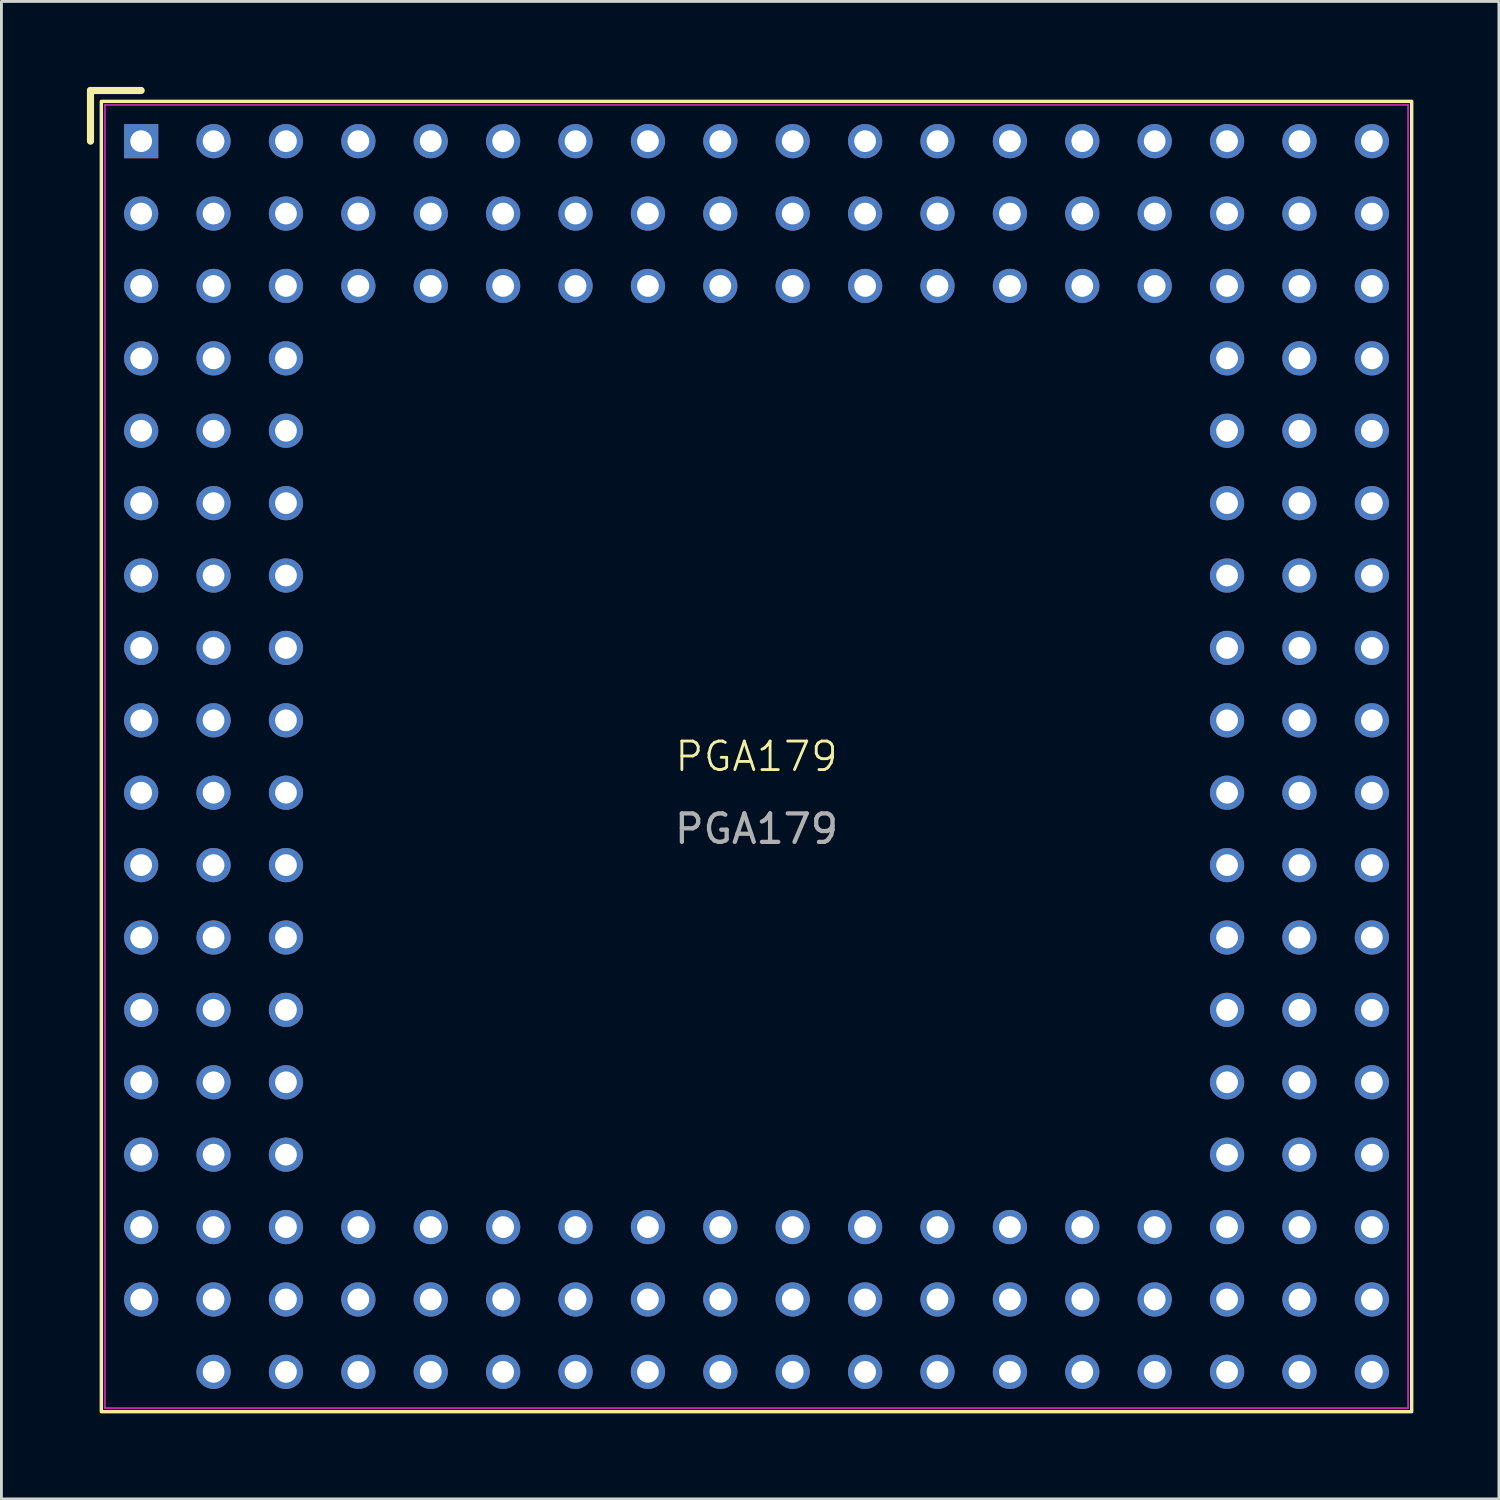
<source format=kicad_pcb>
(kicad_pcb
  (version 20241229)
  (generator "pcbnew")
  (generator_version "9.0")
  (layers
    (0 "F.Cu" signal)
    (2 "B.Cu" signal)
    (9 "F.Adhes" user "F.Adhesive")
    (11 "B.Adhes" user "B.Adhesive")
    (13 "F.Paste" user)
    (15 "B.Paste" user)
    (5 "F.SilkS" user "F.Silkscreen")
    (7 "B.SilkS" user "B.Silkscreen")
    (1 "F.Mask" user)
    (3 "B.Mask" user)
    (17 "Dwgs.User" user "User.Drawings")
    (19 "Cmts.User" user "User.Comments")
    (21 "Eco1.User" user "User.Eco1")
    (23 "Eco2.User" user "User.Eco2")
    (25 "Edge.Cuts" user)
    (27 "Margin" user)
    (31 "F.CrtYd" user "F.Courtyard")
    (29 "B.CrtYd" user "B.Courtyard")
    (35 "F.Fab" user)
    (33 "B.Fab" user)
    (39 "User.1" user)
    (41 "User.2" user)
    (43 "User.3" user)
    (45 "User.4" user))
  (footprint "PGA179"
    (layer "F.Cu")
    (at 1.903 1.903)
    (property "Reference" "PGA179" (at 21.59 21.59 0) (unlocked yes) (layer "F.SilkS") (effects (font (size 1 1) (thickness 0.1))))
    (attr through_hole)
    (fp_line (start -1.778 -1.778) (end -1.778 0) (stroke (width 0.25) (type default)) (layer "F.SilkS"))
    (fp_line (start 0 -1.778) (end -1.778 -1.778) (stroke (width 0.25) (type default)) (layer "F.SilkS"))
    (fp_rect (start 44.577 44.577) (end -1.397 -1.397) (stroke (width 0.12) (type default)) (fill no) (layer "F.SilkS"))
    (fp_line (start -1.27 -1.27) (end 44.45 -1.27) (stroke (width 0.05) (type default)) (layer "F.CrtYd"))
    (fp_line (start -1.27 44.45) (end -1.27 -1.27) (stroke (width 0.05) (type default)) (layer "F.CrtYd"))
    (fp_line (start 44.45 -1.27) (end 44.45 44.45) (stroke (width 0.05) (type default)) (layer "F.CrtYd"))
    (fp_line (start 44.45 44.45) (end -1.27 44.45) (stroke (width 0.05) (type default)) (layer "F.CrtYd"))
    (fp_text user "${REFERENCE}" (at 21.59 24.13 0) (unlocked yes) (layer "F.Fab") (effects (font (size 1 1) (thickness 0.15))))
    (pad "A1" thru_hole rect (at 0 0) (size 1.2 1.2) (drill 0.762) (layers "*.Cu" "*.Mask"))
    (pad "A2" thru_hole circle (at 2.54 0) (size 1.2 1.2) (drill 0.762) (layers "*.Cu" "*.Mask"))
    (pad "A3" thru_hole circle (at 5.08 0) (size 1.2 1.2) (drill 0.762) (layers "*.Cu" "*.Mask"))
    (pad "A4" thru_hole circle (at 7.62 0) (size 1.2 1.2) (drill 0.762) (layers "*.Cu" "*.Mask"))
    (pad "A5" thru_hole circle (at 10.16 0) (size 1.2 1.2) (drill 0.762) (layers "*.Cu" "*.Mask"))
    (pad "A6" thru_hole circle (at 12.7 0) (size 1.2 1.2) (drill 0.762) (layers "*.Cu" "*.Mask"))
    (pad "A7" thru_hole circle (at 15.24 0) (size 1.2 1.2) (drill 0.762) (layers "*.Cu" "*.Mask"))
    (pad "A8" thru_hole circle (at 17.78 0) (size 1.2 1.2) (drill 0.762) (layers "*.Cu" "*.Mask"))
    (pad "A9" thru_hole circle (at 20.32 0) (size 1.2 1.2) (drill 0.762) (layers "*.Cu" "*.Mask"))
    (pad "A10" thru_hole circle (at 22.86 0) (size 1.2 1.2) (drill 0.762) (layers "*.Cu" "*.Mask"))
    (pad "A11" thru_hole circle (at 25.4 0) (size 1.2 1.2) (drill 0.762) (layers "*.Cu" "*.Mask"))
    (pad "A12" thru_hole circle (at 27.94 0) (size 1.2 1.2) (drill 0.762) (layers "*.Cu" "*.Mask"))
    (pad "A13" thru_hole circle (at 30.48 0) (size 1.2 1.2) (drill 0.762) (layers "*.Cu" "*.Mask"))
    (pad "A14" thru_hole circle (at 33.02 0) (size 1.2 1.2) (drill 0.762) (layers "*.Cu" "*.Mask"))
    (pad "A15" thru_hole circle (at 35.56 0) (size 1.2 1.2) (drill 0.762) (layers "*.Cu" "*.Mask"))
    (pad "A16" thru_hole circle (at 38.1 0) (size 1.2 1.2) (drill 0.762) (layers "*.Cu" "*.Mask"))
    (pad "A17" thru_hole circle (at 40.64 0) (size 1.2 1.2) (drill 0.762) (layers "*.Cu" "*.Mask"))
    (pad "A18" thru_hole circle (at 43.18 0) (size 1.2 1.2) (drill 0.762) (layers "*.Cu" "*.Mask"))
    (pad "B1" thru_hole circle (at 0 2.54) (size 1.2 1.2) (drill 0.762) (layers "*.Cu" "*.Mask"))
    (pad "B2" thru_hole circle (at 2.54 2.54) (size 1.2 1.2) (drill 0.762) (layers "*.Cu" "*.Mask"))
    (pad "B3" thru_hole circle (at 5.08 2.54) (size 1.2 1.2) (drill 0.762) (layers "*.Cu" "*.Mask"))
    (pad "B4" thru_hole circle (at 7.62 2.54) (size 1.2 1.2) (drill 0.762) (layers "*.Cu" "*.Mask"))
    (pad "B5" thru_hole circle (at 10.16 2.54) (size 1.2 1.2) (drill 0.762) (layers "*.Cu" "*.Mask"))
    (pad "B6" thru_hole circle (at 12.7 2.54) (size 1.2 1.2) (drill 0.762) (layers "*.Cu" "*.Mask"))
    (pad "B7" thru_hole circle (at 15.24 2.54) (size 1.2 1.2) (drill 0.762) (layers "*.Cu" "*.Mask"))
    (pad "B8" thru_hole circle (at 17.78 2.54) (size 1.2 1.2) (drill 0.762) (layers "*.Cu" "*.Mask"))
    (pad "B9" thru_hole circle (at 20.32 2.54) (size 1.2 1.2) (drill 0.762) (layers "*.Cu" "*.Mask"))
    (pad "B10" thru_hole circle (at 22.86 2.54) (size 1.2 1.2) (drill 0.762) (layers "*.Cu" "*.Mask"))
    (pad "B11" thru_hole circle (at 25.4 2.54) (size 1.2 1.2) (drill 0.762) (layers "*.Cu" "*.Mask"))
    (pad "B12" thru_hole circle (at 27.94 2.54) (size 1.2 1.2) (drill 0.762) (layers "*.Cu" "*.Mask"))
    (pad "B13" thru_hole circle (at 30.48 2.54) (size 1.2 1.2) (drill 0.762) (layers "*.Cu" "*.Mask"))
    (pad "B14" thru_hole circle (at 33.02 2.54) (size 1.2 1.2) (drill 0.762) (layers "*.Cu" "*.Mask"))
    (pad "B15" thru_hole circle (at 35.56 2.54) (size 1.2 1.2) (drill 0.762) (layers "*.Cu" "*.Mask"))
    (pad "B16" thru_hole circle (at 38.1 2.54) (size 1.2 1.2) (drill 0.762) (layers "*.Cu" "*.Mask"))
    (pad "B17" thru_hole circle (at 40.64 2.54) (size 1.2 1.2) (drill 0.762) (layers "*.Cu" "*.Mask"))
    (pad "B18" thru_hole circle (at 43.18 2.54) (size 1.2 1.2) (drill 0.762) (layers "*.Cu" "*.Mask"))
    (pad "C1" thru_hole circle (at 0 5.08) (size 1.2 1.2) (drill 0.762) (layers "*.Cu" "*.Mask"))
    (pad "C2" thru_hole circle (at 2.54 5.08) (size 1.2 1.2) (drill 0.762) (layers "*.Cu" "*.Mask"))
    (pad "C3" thru_hole circle (at 5.08 5.08) (size 1.2 1.2) (drill 0.762) (layers "*.Cu" "*.Mask"))
    (pad "C4" thru_hole circle (at 7.62 5.08) (size 1.2 1.2) (drill 0.762) (layers "*.Cu" "*.Mask"))
    (pad "C5" thru_hole circle (at 10.16 5.08) (size 1.2 1.2) (drill 0.762) (layers "*.Cu" "*.Mask"))
    (pad "C6" thru_hole circle (at 12.7 5.08) (size 1.2 1.2) (drill 0.762) (layers "*.Cu" "*.Mask"))
    (pad "C7" thru_hole circle (at 15.24 5.08) (size 1.2 1.2) (drill 0.762) (layers "*.Cu" "*.Mask"))
    (pad "C8" thru_hole circle (at 17.78 5.08) (size 1.2 1.2) (drill 0.762) (layers "*.Cu" "*.Mask"))
    (pad "C9" thru_hole circle (at 20.32 5.08) (size 1.2 1.2) (drill 0.762) (layers "*.Cu" "*.Mask"))
    (pad "C10" thru_hole circle (at 22.86 5.08) (size 1.2 1.2) (drill 0.762) (layers "*.Cu" "*.Mask"))
    (pad "C11" thru_hole circle (at 25.4 5.08) (size 1.2 1.2) (drill 0.762) (layers "*.Cu" "*.Mask"))
    (pad "C12" thru_hole circle (at 27.94 5.08) (size 1.2 1.2) (drill 0.762) (layers "*.Cu" "*.Mask"))
    (pad "C13" thru_hole circle (at 30.48 5.08) (size 1.2 1.2) (drill 0.762) (layers "*.Cu" "*.Mask"))
    (pad "C14" thru_hole circle (at 33.02 5.08) (size 1.2 1.2) (drill 0.762) (layers "*.Cu" "*.Mask"))
    (pad "C15" thru_hole circle (at 35.56 5.08) (size 1.2 1.2) (drill 0.762) (layers "*.Cu" "*.Mask"))
    (pad "C16" thru_hole circle (at 38.1 5.08) (size 1.2 1.2) (drill 0.762) (layers "*.Cu" "*.Mask"))
    (pad "C17" thru_hole circle (at 40.64 5.08) (size 1.2 1.2) (drill 0.762) (layers "*.Cu" "*.Mask"))
    (pad "C18" thru_hole circle (at 43.18 5.08) (size 1.2 1.2) (drill 0.762) (layers "*.Cu" "*.Mask"))
    (pad "D1" thru_hole circle (at 0 7.62) (size 1.2 1.2) (drill 0.762) (layers "*.Cu" "*.Mask"))
    (pad "D2" thru_hole circle (at 2.54 7.62) (size 1.2 1.2) (drill 0.762) (layers "*.Cu" "*.Mask"))
    (pad "D3" thru_hole circle (at 5.08 7.62) (size 1.2 1.2) (drill 0.762) (layers "*.Cu" "*.Mask"))
    (pad "D16" thru_hole circle (at 38.1 7.62) (size 1.2 1.2) (drill 0.762) (layers "*.Cu" "*.Mask"))
    (pad "D17" thru_hole circle (at 40.64 7.62) (size 1.2 1.2) (drill 0.762) (layers "*.Cu" "*.Mask"))
    (pad "D18" thru_hole circle (at 43.18 7.62) (size 1.2 1.2) (drill 0.762) (layers "*.Cu" "*.Mask"))
    (pad "E1" thru_hole circle (at 0 10.16) (size 1.2 1.2) (drill 0.762) (layers "*.Cu" "*.Mask"))
    (pad "E2" thru_hole circle (at 2.54 10.16) (size 1.2 1.2) (drill 0.762) (layers "*.Cu" "*.Mask"))
    (pad "E3" thru_hole circle (at 5.08 10.16) (size 1.2 1.2) (drill 0.762) (layers "*.Cu" "*.Mask"))
    (pad "E16" thru_hole circle (at 38.1 10.16) (size 1.2 1.2) (drill 0.762) (layers "*.Cu" "*.Mask"))
    (pad "E17" thru_hole circle (at 40.64 10.16) (size 1.2 1.2) (drill 0.762) (layers "*.Cu" "*.Mask"))
    (pad "E18" thru_hole circle (at 43.18 10.16) (size 1.2 1.2) (drill 0.762) (layers "*.Cu" "*.Mask"))
    (pad "F1" thru_hole circle (at 0 12.7) (size 1.2 1.2) (drill 0.762) (layers "*.Cu" "*.Mask"))
    (pad "F2" thru_hole circle (at 2.54 12.7) (size 1.2 1.2) (drill 0.762) (layers "*.Cu" "*.Mask"))
    (pad "F3" thru_hole circle (at 5.08 12.7) (size 1.2 1.2) (drill 0.762) (layers "*.Cu" "*.Mask"))
    (pad "F16" thru_hole circle (at 38.1 12.7) (size 1.2 1.2) (drill 0.762) (layers "*.Cu" "*.Mask"))
    (pad "F17" thru_hole circle (at 40.64 12.7) (size 1.2 1.2) (drill 0.762) (layers "*.Cu" "*.Mask"))
    (pad "F18" thru_hole circle (at 43.18 12.7) (size 1.2 1.2) (drill 0.762) (layers "*.Cu" "*.Mask"))
    (pad "G1" thru_hole circle (at 0 15.24) (size 1.2 1.2) (drill 0.762) (layers "*.Cu" "*.Mask"))
    (pad "G2" thru_hole circle (at 2.54 15.24) (size 1.2 1.2) (drill 0.762) (layers "*.Cu" "*.Mask"))
    (pad "G3" thru_hole circle (at 5.08 15.24) (size 1.2 1.2) (drill 0.762) (layers "*.Cu" "*.Mask"))
    (pad "G16" thru_hole circle (at 38.1 15.24) (size 1.2 1.2) (drill 0.762) (layers "*.Cu" "*.Mask"))
    (pad "G17" thru_hole circle (at 40.64 15.24) (size 1.2 1.2) (drill 0.762) (layers "*.Cu" "*.Mask"))
    (pad "G18" thru_hole circle (at 43.18 15.24) (size 1.2 1.2) (drill 0.762) (layers "*.Cu" "*.Mask"))
    (pad "H1" thru_hole circle (at 0 17.78) (size 1.2 1.2) (drill 0.762) (layers "*.Cu" "*.Mask"))
    (pad "H2" thru_hole circle (at 2.54 17.78) (size 1.2 1.2) (drill 0.762) (layers "*.Cu" "*.Mask"))
    (pad "H3" thru_hole circle (at 5.08 17.78) (size 1.2 1.2) (drill 0.762) (layers "*.Cu" "*.Mask"))
    (pad "H16" thru_hole circle (at 38.1 17.78) (size 1.2 1.2) (drill 0.762) (layers "*.Cu" "*.Mask"))
    (pad "H17" thru_hole circle (at 40.64 17.78) (size 1.2 1.2) (drill 0.762) (layers "*.Cu" "*.Mask"))
    (pad "H18" thru_hole circle (at 43.18 17.78) (size 1.2 1.2) (drill 0.762) (layers "*.Cu" "*.Mask"))
    (pad "J1" thru_hole circle (at 0 20.32) (size 1.2 1.2) (drill 0.762) (layers "*.Cu" "*.Mask"))
    (pad "J2" thru_hole circle (at 2.54 20.32) (size 1.2 1.2) (drill 0.762) (layers "*.Cu" "*.Mask"))
    (pad "J3" thru_hole circle (at 5.08 20.32) (size 1.2 1.2) (drill 0.762) (layers "*.Cu" "*.Mask"))
    (pad "J16" thru_hole circle (at 38.1 20.32) (size 1.2 1.2) (drill 0.762) (layers "*.Cu" "*.Mask"))
    (pad "J17" thru_hole circle (at 40.64 20.32) (size 1.2 1.2) (drill 0.762) (layers "*.Cu" "*.Mask"))
    (pad "J18" thru_hole circle (at 43.18 20.32) (size 1.2 1.2) (drill 0.762) (layers "*.Cu" "*.Mask"))
    (pad "K1" thru_hole circle (at 0 22.86) (size 1.2 1.2) (drill 0.762) (layers "*.Cu" "*.Mask"))
    (pad "K2" thru_hole circle (at 2.54 22.86) (size 1.2 1.2) (drill 0.762) (layers "*.Cu" "*.Mask"))
    (pad "K3" thru_hole circle (at 5.08 22.86) (size 1.2 1.2) (drill 0.762) (layers "*.Cu" "*.Mask"))
    (pad "K16" thru_hole circle (at 38.1 22.86) (size 1.2 1.2) (drill 0.762) (layers "*.Cu" "*.Mask"))
    (pad "K17" thru_hole circle (at 40.64 22.86) (size 1.2 1.2) (drill 0.762) (layers "*.Cu" "*.Mask"))
    (pad "K18" thru_hole circle (at 43.18 22.86) (size 1.2 1.2) (drill 0.762) (layers "*.Cu" "*.Mask"))
    (pad "L1" thru_hole circle (at 0 25.4) (size 1.2 1.2) (drill 0.762) (layers "*.Cu" "*.Mask"))
    (pad "L2" thru_hole circle (at 2.54 25.4) (size 1.2 1.2) (drill 0.762) (layers "*.Cu" "*.Mask"))
    (pad "L3" thru_hole circle (at 5.08 25.4) (size 1.2 1.2) (drill 0.762) (layers "*.Cu" "*.Mask"))
    (pad "L16" thru_hole circle (at 38.1 25.4) (size 1.2 1.2) (drill 0.762) (layers "*.Cu" "*.Mask"))
    (pad "L17" thru_hole circle (at 40.64 25.4) (size 1.2 1.2) (drill 0.762) (layers "*.Cu" "*.Mask"))
    (pad "L18" thru_hole circle (at 43.18 25.4) (size 1.2 1.2) (drill 0.762) (layers "*.Cu" "*.Mask"))
    (pad "M1" thru_hole circle (at 0 27.94) (size 1.2 1.2) (drill 0.762) (layers "*.Cu" "*.Mask"))
    (pad "M2" thru_hole circle (at 2.54 27.94) (size 1.2 1.2) (drill 0.762) (layers "*.Cu" "*.Mask"))
    (pad "M3" thru_hole circle (at 5.08 27.94) (size 1.2 1.2) (drill 0.762) (layers "*.Cu" "*.Mask"))
    (pad "M16" thru_hole circle (at 38.1 27.94) (size 1.2 1.2) (drill 0.762) (layers "*.Cu" "*.Mask"))
    (pad "M17" thru_hole circle (at 40.64 27.94) (size 1.2 1.2) (drill 0.762) (layers "*.Cu" "*.Mask"))
    (pad "M18" thru_hole circle (at 43.18 27.94) (size 1.2 1.2) (drill 0.762) (layers "*.Cu" "*.Mask"))
    (pad "N1" thru_hole circle (at 0 30.48) (size 1.2 1.2) (drill 0.762) (layers "*.Cu" "*.Mask"))
    (pad "N2" thru_hole circle (at 2.54 30.48) (size 1.2 1.2) (drill 0.762) (layers "*.Cu" "*.Mask"))
    (pad "N3" thru_hole circle (at 5.08 30.48) (size 1.2 1.2) (drill 0.762) (layers "*.Cu" "*.Mask"))
    (pad "N16" thru_hole circle (at 38.1 30.48) (size 1.2 1.2) (drill 0.762) (layers "*.Cu" "*.Mask"))
    (pad "N17" thru_hole circle (at 40.64 30.48) (size 1.2 1.2) (drill 0.762) (layers "*.Cu" "*.Mask"))
    (pad "N18" thru_hole circle (at 43.18 30.48) (size 1.2 1.2) (drill 0.762) (layers "*.Cu" "*.Mask"))
    (pad "P1" thru_hole circle (at 0 33.02) (size 1.2 1.2) (drill 0.762) (layers "*.Cu" "*.Mask"))
    (pad "P2" thru_hole circle (at 2.54 33.02) (size 1.2 1.2) (drill 0.762) (layers "*.Cu" "*.Mask"))
    (pad "P3" thru_hole circle (at 5.08 33.02) (size 1.2 1.2) (drill 0.762) (layers "*.Cu" "*.Mask"))
    (pad "P16" thru_hole circle (at 38.1 33.02) (size 1.2 1.2) (drill 0.762) (layers "*.Cu" "*.Mask"))
    (pad "P17" thru_hole circle (at 40.64 33.02) (size 1.2 1.2) (drill 0.762) (layers "*.Cu" "*.Mask"))
    (pad "P18" thru_hole circle (at 43.18 33.02) (size 1.2 1.2) (drill 0.762) (layers "*.Cu" "*.Mask"))
    (pad "Q1" thru_hole circle (at 0 35.56) (size 1.2 1.2) (drill 0.762) (layers "*.Cu" "*.Mask"))
    (pad "Q2" thru_hole circle (at 2.54 35.56) (size 1.2 1.2) (drill 0.762) (layers "*.Cu" "*.Mask"))
    (pad "Q3" thru_hole circle (at 5.08 35.56) (size 1.2 1.2) (drill 0.762) (layers "*.Cu" "*.Mask"))
    (pad "Q16" thru_hole circle (at 38.1 35.56) (size 1.2 1.2) (drill 0.762) (layers "*.Cu" "*.Mask"))
    (pad "Q17" thru_hole circle (at 40.64 35.56) (size 1.2 1.2) (drill 0.762) (layers "*.Cu" "*.Mask"))
    (pad "Q18" thru_hole circle (at 43.18 35.56) (size 1.2 1.2) (drill 0.762) (layers "*.Cu" "*.Mask"))
    (pad "R1" thru_hole circle (at 0 38.1) (size 1.2 1.2) (drill 0.762) (layers "*.Cu" "*.Mask"))
    (pad "R2" thru_hole circle (at 2.54 38.1) (size 1.2 1.2) (drill 0.762) (layers "*.Cu" "*.Mask"))
    (pad "R3" thru_hole circle (at 5.08 38.1) (size 1.2 1.2) (drill 0.762) (layers "*.Cu" "*.Mask"))
    (pad "R4" thru_hole circle (at 7.62 38.1) (size 1.2 1.2) (drill 0.762) (layers "*.Cu" "*.Mask"))
    (pad "R5" thru_hole circle (at 10.16 38.1) (size 1.2 1.2) (drill 0.762) (layers "*.Cu" "*.Mask"))
    (pad "R6" thru_hole circle (at 12.7 38.1) (size 1.2 1.2) (drill 0.762) (layers "*.Cu" "*.Mask"))
    (pad "R7" thru_hole circle (at 15.24 38.1) (size 1.2 1.2) (drill 0.762) (layers "*.Cu" "*.Mask"))
    (pad "R8" thru_hole circle (at 17.78 38.1) (size 1.2 1.2) (drill 0.762) (layers "*.Cu" "*.Mask"))
    (pad "R9" thru_hole circle (at 20.32 38.1) (size 1.2 1.2) (drill 0.762) (layers "*.Cu" "*.Mask"))
    (pad "R10" thru_hole circle (at 22.86 38.1) (size 1.2 1.2) (drill 0.762) (layers "*.Cu" "*.Mask"))
    (pad "R11" thru_hole circle (at 25.4 38.1) (size 1.2 1.2) (drill 0.762) (layers "*.Cu" "*.Mask"))
    (pad "R12" thru_hole circle (at 27.94 38.1) (size 1.2 1.2) (drill 0.762) (layers "*.Cu" "*.Mask"))
    (pad "R13" thru_hole circle (at 30.48 38.1) (size 1.2 1.2) (drill 0.762) (layers "*.Cu" "*.Mask"))
    (pad "R14" thru_hole circle (at 33.02 38.1) (size 1.2 1.2) (drill 0.762) (layers "*.Cu" "*.Mask"))
    (pad "R15" thru_hole circle (at 35.56 38.1) (size 1.2 1.2) (drill 0.762) (layers "*.Cu" "*.Mask"))
    (pad "R16" thru_hole circle (at 38.1 38.1) (size 1.2 1.2) (drill 0.762) (layers "*.Cu" "*.Mask"))
    (pad "R17" thru_hole circle (at 40.64 38.1) (size 1.2 1.2) (drill 0.762) (layers "*.Cu" "*.Mask"))
    (pad "R18" thru_hole circle (at 43.18 38.1) (size 1.2 1.2) (drill 0.762) (layers "*.Cu" "*.Mask"))
    (pad "S1" thru_hole circle (at 0 40.64) (size 1.2 1.2) (drill 0.762) (layers "*.Cu" "*.Mask"))
    (pad "S2" thru_hole circle (at 2.54 40.64) (size 1.2 1.2) (drill 0.762) (layers "*.Cu" "*.Mask"))
    (pad "S3" thru_hole circle (at 5.08 40.64) (size 1.2 1.2) (drill 0.762) (layers "*.Cu" "*.Mask"))
    (pad "S4" thru_hole circle (at 7.62 40.64) (size 1.2 1.2) (drill 0.762) (layers "*.Cu" "*.Mask"))
    (pad "S5" thru_hole circle (at 10.16 40.64) (size 1.2 1.2) (drill 0.762) (layers "*.Cu" "*.Mask"))
    (pad "S6" thru_hole circle (at 12.7 40.64) (size 1.2 1.2) (drill 0.762) (layers "*.Cu" "*.Mask"))
    (pad "S7" thru_hole circle (at 15.24 40.64) (size 1.2 1.2) (drill 0.762) (layers "*.Cu" "*.Mask"))
    (pad "S8" thru_hole circle (at 17.78 40.64) (size 1.2 1.2) (drill 0.762) (layers "*.Cu" "*.Mask"))
    (pad "S9" thru_hole circle (at 20.32 40.64) (size 1.2 1.2) (drill 0.762) (layers "*.Cu" "*.Mask"))
    (pad "S10" thru_hole circle (at 22.86 40.64) (size 1.2 1.2) (drill 0.762) (layers "*.Cu" "*.Mask"))
    (pad "S11" thru_hole circle (at 25.4 40.64) (size 1.2 1.2) (drill 0.762) (layers "*.Cu" "*.Mask"))
    (pad "S12" thru_hole circle (at 27.94 40.64) (size 1.2 1.2) (drill 0.762) (layers "*.Cu" "*.Mask"))
    (pad "S13" thru_hole circle (at 30.48 40.64) (size 1.2 1.2) (drill 0.762) (layers "*.Cu" "*.Mask"))
    (pad "S14" thru_hole circle (at 33.02 40.64) (size 1.2 1.2) (drill 0.762) (layers "*.Cu" "*.Mask"))
    (pad "S15" thru_hole circle (at 35.56 40.64) (size 1.2 1.2) (drill 0.762) (layers "*.Cu" "*.Mask"))
    (pad "S16" thru_hole circle (at 38.1 40.64) (size 1.2 1.2) (drill 0.762) (layers "*.Cu" "*.Mask"))
    (pad "S17" thru_hole circle (at 40.64 40.64) (size 1.2 1.2) (drill 0.762) (layers "*.Cu" "*.Mask"))
    (pad "S18" thru_hole circle (at 43.18 40.64) (size 1.2 1.2) (drill 0.762) (layers "*.Cu" "*.Mask"))
    (pad "T2" thru_hole circle (at 2.54 43.18) (size 1.2 1.2) (drill 0.762) (layers "*.Cu" "*.Mask"))
    (pad "T3" thru_hole circle (at 5.08 43.18) (size 1.2 1.2) (drill 0.762) (layers "*.Cu" "*.Mask"))
    (pad "T4" thru_hole circle (at 7.62 43.18) (size 1.2 1.2) (drill 0.762) (layers "*.Cu" "*.Mask"))
    (pad "T5" thru_hole circle (at 10.16 43.18) (size 1.2 1.2) (drill 0.762) (layers "*.Cu" "*.Mask"))
    (pad "T6" thru_hole circle (at 12.7 43.18) (size 1.2 1.2) (drill 0.762) (layers "*.Cu" "*.Mask"))
    (pad "T7" thru_hole circle (at 15.24 43.18) (size 1.2 1.2) (drill 0.762) (layers "*.Cu" "*.Mask"))
    (pad "T8" thru_hole circle (at 17.78 43.18) (size 1.2 1.2) (drill 0.762) (layers "*.Cu" "*.Mask"))
    (pad "T9" thru_hole circle (at 20.32 43.18) (size 1.2 1.2) (drill 0.762) (layers "*.Cu" "*.Mask"))
    (pad "T10" thru_hole circle (at 22.86 43.18) (size 1.2 1.2) (drill 0.762) (layers "*.Cu" "*.Mask"))
    (pad "T11" thru_hole circle (at 25.4 43.18) (size 1.2 1.2) (drill 0.762) (layers "*.Cu" "*.Mask"))
    (pad "T12" thru_hole circle (at 27.94 43.18) (size 1.2 1.2) (drill 0.762) (layers "*.Cu" "*.Mask"))
    (pad "T13" thru_hole circle (at 30.48 43.18) (size 1.2 1.2) (drill 0.762) (layers "*.Cu" "*.Mask"))
    (pad "T14" thru_hole circle (at 33.02 43.18) (size 1.2 1.2) (drill 0.762) (layers "*.Cu" "*.Mask"))
    (pad "T15" thru_hole circle (at 35.56 43.18) (size 1.2 1.2) (drill 0.762) (layers "*.Cu" "*.Mask"))
    (pad "T16" thru_hole circle (at 38.1 43.18) (size 1.2 1.2) (drill 0.762) (layers "*.Cu" "*.Mask"))
    (pad "T17" thru_hole circle (at 40.64 43.18) (size 1.2 1.2) (drill 0.762) (layers "*.Cu" "*.Mask"))
    (pad "T18" thru_hole circle (at 43.18 43.18) (size 1.2 1.2) (drill 0.762) (layers "*.Cu" "*.Mask")))
  (gr_rect
    (start -3 -3)
    (end 49.54 49.54)
    (stroke (width 0.1) (type default))
    (fill no)
    (layer "Edge.Cuts")))
</source>
